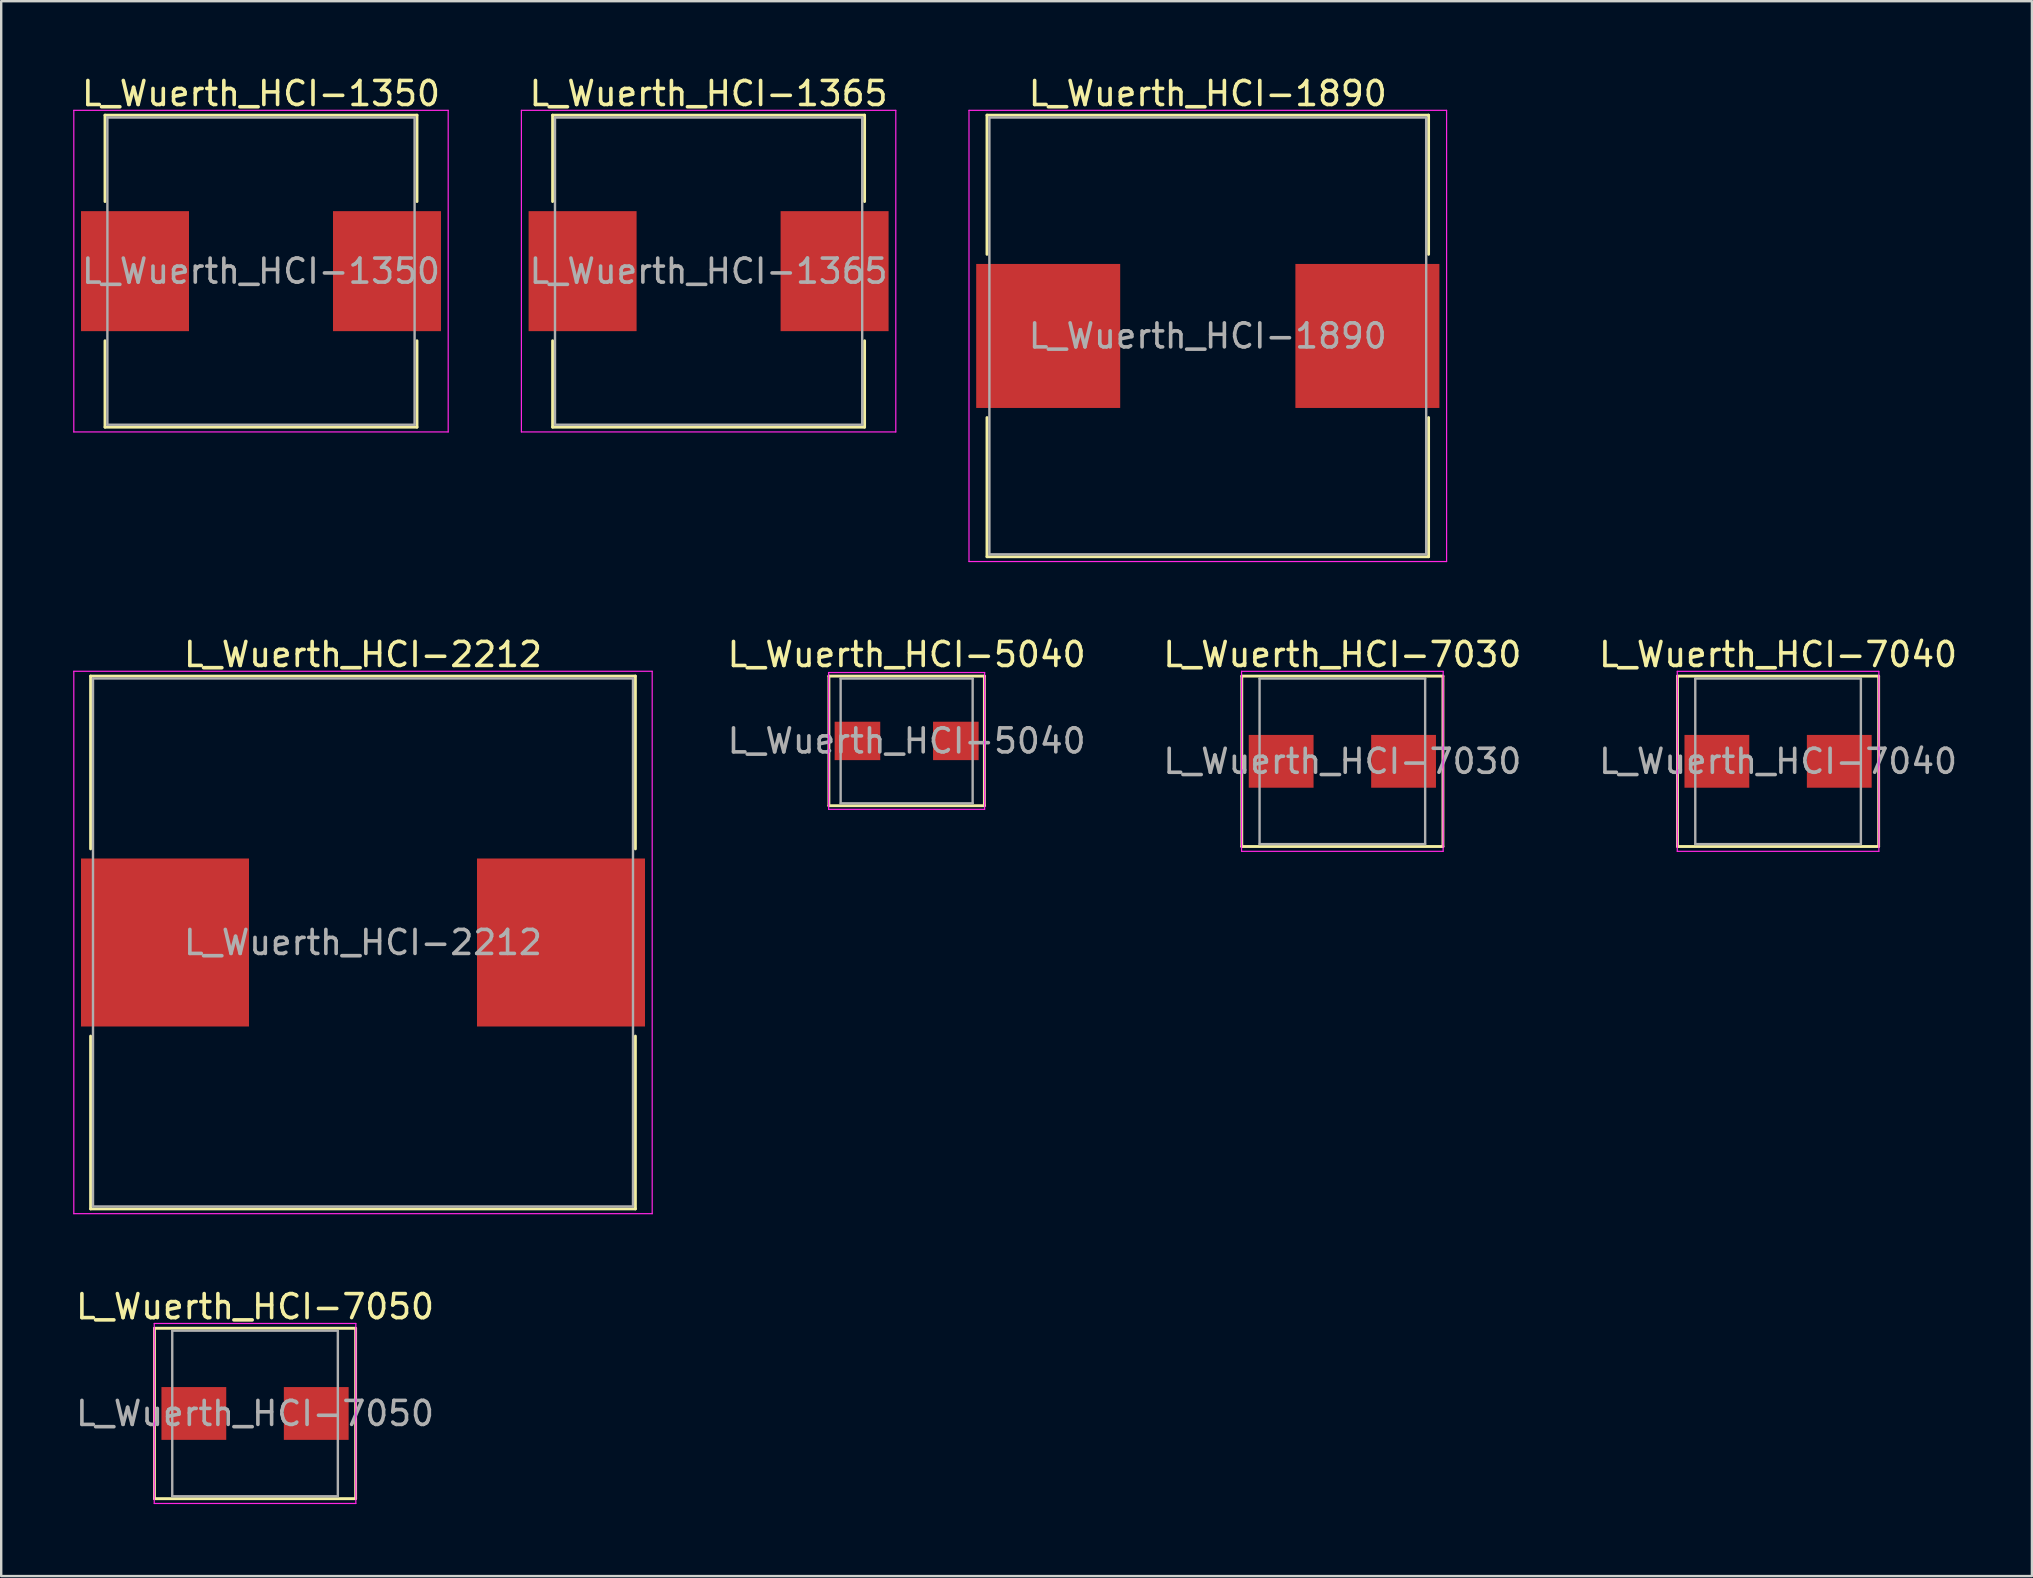
<source format=kicad_pcb>
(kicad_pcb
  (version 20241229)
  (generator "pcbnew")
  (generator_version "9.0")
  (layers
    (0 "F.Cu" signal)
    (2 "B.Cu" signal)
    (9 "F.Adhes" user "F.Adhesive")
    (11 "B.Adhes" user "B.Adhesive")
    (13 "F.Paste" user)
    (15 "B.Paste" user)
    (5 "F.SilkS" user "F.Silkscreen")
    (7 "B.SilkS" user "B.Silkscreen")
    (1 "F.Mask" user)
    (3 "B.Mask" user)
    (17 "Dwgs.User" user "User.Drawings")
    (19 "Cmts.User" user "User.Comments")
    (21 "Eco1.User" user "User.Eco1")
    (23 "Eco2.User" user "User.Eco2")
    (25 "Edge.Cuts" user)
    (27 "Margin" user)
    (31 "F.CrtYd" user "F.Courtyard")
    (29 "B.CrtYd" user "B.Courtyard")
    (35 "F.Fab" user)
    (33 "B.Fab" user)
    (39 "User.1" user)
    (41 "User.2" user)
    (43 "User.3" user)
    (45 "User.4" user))
  (footprint "L_Wuerth_HCI-1365"
    (layer "F.Cu")
    (at 26.475 8.248)
    (property "Reference" "L_Wuerth_HCI-1365" (at 0 -7.4 0) (layer "F.SilkS") (effects (font (size 1 1) (thickness 0.15))))
    (attr smd)
    (fp_line (start -6.5 -6.5) (end 6.5 -6.5) (stroke (width 0.12) (type solid)) (layer "F.SilkS"))
    (fp_line (start -6.5 -2.9) (end -6.5 -6.5) (stroke (width 0.12) (type solid)) (layer "F.SilkS"))
    (fp_line (start -6.5 2.9) (end -6.5 6.5) (stroke (width 0.12) (type solid)) (layer "F.SilkS"))
    (fp_line (start -6.5 6.5) (end 6.5 6.5) (stroke (width 0.12) (type solid)) (layer "F.SilkS"))
    (fp_line (start 6.5 -6.5) (end 6.5 -2.9) (stroke (width 0.12) (type solid)) (layer "F.SilkS"))
    (fp_line (start 6.5 6.5) (end 6.5 2.9) (stroke (width 0.12) (type solid)) (layer "F.SilkS"))
    (fp_line (start -7.8 -6.7) (end -7.8 6.7) (stroke (width 0.05) (type solid)) (layer "F.CrtYd"))
    (fp_line (start -7.8 6.7) (end 7.8 6.7) (stroke (width 0.05) (type solid)) (layer "F.CrtYd"))
    (fp_line (start 7.8 -6.7) (end -7.8 -6.7) (stroke (width 0.05) (type solid)) (layer "F.CrtYd"))
    (fp_line (start 7.8 6.7) (end 7.8 -6.7) (stroke (width 0.05) (type solid)) (layer "F.CrtYd"))
    (fp_line (start -6.4 -6.4) (end -6.4 6.4) (stroke (width 0.1) (type solid)) (layer "F.Fab"))
    (fp_line (start -6.4 6.4) (end 6.4 6.4) (stroke (width 0.1) (type solid)) (layer "F.Fab"))
    (fp_line (start 6.4 -6.4) (end -6.4 -6.4) (stroke (width 0.1) (type solid)) (layer "F.Fab"))
    (fp_line (start 6.4 6.4) (end 6.4 -6.4) (stroke (width 0.1) (type solid)) (layer "F.Fab"))
    (fp_text user "${REFERENCE}" (at 0 0 0) (layer "F.Fab") (effects (font (size 1 1) (thickness 0.15))))
    (pad "1" smd rect (at -5.25 0) (size 4.5 5) (layers "F.Cu" "F.Mask" "F.Paste"))
    (pad "2" smd rect (at 5.25 0) (size 4.5 5) (layers "F.Cu" "F.Mask" "F.Paste")))
  (footprint "L_Wuerth_HCI-5040"
    (layer "F.Cu")
    (at 34.727 27.822)
    (property "Reference" "L_Wuerth_HCI-5040" (at 0 -3.6 0) (layer "F.SilkS") (effects (font (size 1 1) (thickness 0.15))))
    (attr smd)
    (fp_line (start -3.239 -2.7) (end -3.239 2.7) (stroke (width 0.12) (type solid)) (layer "F.SilkS"))
    (fp_line (start -3.239 -2.7) (end 3.239 -2.7) (stroke (width 0.12) (type solid)) (layer "F.SilkS"))
    (fp_line (start -3.239 2.7) (end 3.239 2.7) (stroke (width 0.12) (type solid)) (layer "F.SilkS"))
    (fp_line (start 3.239 2.7) (end 3.239 -2.7) (stroke (width 0.12) (type solid)) (layer "F.SilkS"))
    (fp_line (start -3.25 -2.85) (end -3.25 2.85) (stroke (width 0.05) (type solid)) (layer "F.CrtYd"))
    (fp_line (start -3.25 2.85) (end 3.25 2.85) (stroke (width 0.05) (type solid)) (layer "F.CrtYd"))
    (fp_line (start 3.25 -2.85) (end -3.25 -2.85) (stroke (width 0.05) (type solid)) (layer "F.CrtYd"))
    (fp_line (start 3.25 2.85) (end 3.25 -2.85) (stroke (width 0.05) (type solid)) (layer "F.CrtYd"))
    (fp_line (start -2.75 -2.6) (end -2.75 2.6) (stroke (width 0.1) (type solid)) (layer "F.Fab"))
    (fp_line (start -2.75 2.6) (end 2.75 2.6) (stroke (width 0.1) (type solid)) (layer "F.Fab"))
    (fp_line (start 2.75 -2.6) (end -2.75 -2.6) (stroke (width 0.1) (type solid)) (layer "F.Fab"))
    (fp_line (start 2.75 2.6) (end 2.75 -2.6) (stroke (width 0.1) (type solid)) (layer "F.Fab"))
    (fp_text user "${REFERENCE}" (at 0 0 0) (layer "F.Fab") (effects (font (size 1 1) (thickness 0.15))))
    (pad "1" smd rect (at -2.05 0) (size 1.9 1.6) (layers "F.Cu" "F.Mask" "F.Paste"))
    (pad "2" smd rect (at 2.05 0) (size 1.9 1.6) (layers "F.Cu" "F.Mask" "F.Paste")))
  (footprint "L_Wuerth_HCI-2212"
    (layer "F.Cu")
    (at 12.075 36.221)
    (property "Reference" "L_Wuerth_HCI-2212" (at 0 -12 0) (layer "F.SilkS") (effects (font (size 1 1) (thickness 0.15))))
    (attr smd)
    (fp_line (start -11.35 -11.1) (end 11.35 -11.1) (stroke (width 0.12) (type solid)) (layer "F.SilkS"))
    (fp_line (start -11.35 -3.9) (end -11.35 -11.1) (stroke (width 0.12) (type solid)) (layer "F.SilkS"))
    (fp_line (start -11.35 3.9) (end -11.35 11.1) (stroke (width 0.12) (type solid)) (layer "F.SilkS"))
    (fp_line (start -11.35 11.1) (end 11.35 11.1) (stroke (width 0.12) (type solid)) (layer "F.SilkS"))
    (fp_line (start 11.35 -11.1) (end 11.35 -3.9) (stroke (width 0.12) (type solid)) (layer "F.SilkS"))
    (fp_line (start 11.35 11.1) (end 11.35 3.9) (stroke (width 0.12) (type solid)) (layer "F.SilkS"))
    (fp_line (start -12.05 -11.3) (end -12.05 11.3) (stroke (width 0.05) (type solid)) (layer "F.CrtYd"))
    (fp_line (start -12.05 11.3) (end 12.05 11.3) (stroke (width 0.05) (type solid)) (layer "F.CrtYd"))
    (fp_line (start 12.05 -11.3) (end -12.05 -11.3) (stroke (width 0.05) (type solid)) (layer "F.CrtYd"))
    (fp_line (start 12.05 11.3) (end 12.05 -11.3) (stroke (width 0.05) (type solid)) (layer "F.CrtYd"))
    (fp_line (start -11.25 -11) (end -11.25 11) (stroke (width 0.1) (type solid)) (layer "F.Fab"))
    (fp_line (start -11.25 11) (end 11.25 11) (stroke (width 0.1) (type solid)) (layer "F.Fab"))
    (fp_line (start 11.25 -11) (end -11.25 -11) (stroke (width 0.1) (type solid)) (layer "F.Fab"))
    (fp_line (start 11.25 11) (end 11.25 -11) (stroke (width 0.1) (type solid)) (layer "F.Fab"))
    (fp_text user "${REFERENCE}" (at 0 0 0) (layer "F.Fab") (effects (font (size 1 1) (thickness 0.15))))
    (pad "1" smd rect (at -8.25 0) (size 7 7) (layers "F.Cu" "F.Mask" "F.Paste"))
    (pad "2" smd rect (at 8.25 0) (size 7 7) (layers "F.Cu" "F.Mask" "F.Paste")))
  (footprint "L_Wuerth_HCI-1890"
    (layer "F.Cu")
    (at 47.275 10.948)
    (property "Reference" "L_Wuerth_HCI-1890" (at 0 -10.1 0) (layer "F.SilkS") (effects (font (size 1 1) (thickness 0.15))))
    (attr smd)
    (fp_line (start -9.2 -9.2) (end 9.2 -9.2) (stroke (width 0.12) (type solid)) (layer "F.SilkS"))
    (fp_line (start -9.2 -3.4) (end -9.2 -9.2) (stroke (width 0.12) (type solid)) (layer "F.SilkS"))
    (fp_line (start -9.2 3.4) (end -9.2 9.2) (stroke (width 0.12) (type solid)) (layer "F.SilkS"))
    (fp_line (start -9.2 9.2) (end 9.2 9.2) (stroke (width 0.12) (type solid)) (layer "F.SilkS"))
    (fp_line (start 9.2 -9.2) (end 9.2 -3.4) (stroke (width 0.12) (type solid)) (layer "F.SilkS"))
    (fp_line (start 9.2 9.2) (end 9.2 3.4) (stroke (width 0.12) (type solid)) (layer "F.SilkS"))
    (fp_line (start -9.95 -9.4) (end -9.95 9.4) (stroke (width 0.05) (type solid)) (layer "F.CrtYd"))
    (fp_line (start -9.95 9.4) (end 9.95 9.4) (stroke (width 0.05) (type solid)) (layer "F.CrtYd"))
    (fp_line (start 9.95 -9.4) (end -9.95 -9.4) (stroke (width 0.05) (type solid)) (layer "F.CrtYd"))
    (fp_line (start 9.95 9.4) (end 9.95 -9.4) (stroke (width 0.05) (type solid)) (layer "F.CrtYd"))
    (fp_line (start -9.1 -9.1) (end -9.1 9.1) (stroke (width 0.1) (type solid)) (layer "F.Fab"))
    (fp_line (start -9.1 9.1) (end 9.1 9.1) (stroke (width 0.1) (type solid)) (layer "F.Fab"))
    (fp_line (start 9.1 -9.1) (end -9.1 -9.1) (stroke (width 0.1) (type solid)) (layer "F.Fab"))
    (fp_line (start 9.1 9.1) (end 9.1 -9.1) (stroke (width 0.1) (type solid)) (layer "F.Fab"))
    (fp_text user "${REFERENCE}" (at 0 0 0) (layer "F.Fab") (effects (font (size 1 1) (thickness 0.15))))
    (pad "1" smd rect (at -6.65 0) (size 6 6) (layers "F.Cu" "F.Mask" "F.Paste"))
    (pad "2" smd rect (at 6.65 0) (size 6 6) (layers "F.Cu" "F.Mask" "F.Paste")))
  (footprint "L_Wuerth_HCI-7040"
    (layer "F.Cu")
    (at 71.037 28.672)
    (property "Reference" "L_Wuerth_HCI-7040" (at 0 -4.45 0) (layer "F.SilkS") (effects (font (size 1 1) (thickness 0.15))))
    (attr smd)
    (fp_line (start -4.191 -3.55) (end -4.191 3.55) (stroke (width 0.12) (type solid)) (layer "F.SilkS"))
    (fp_line (start -4.191 -3.55) (end 4.191 -3.55) (stroke (width 0.12) (type solid)) (layer "F.SilkS"))
    (fp_line (start -4.191 3.55) (end 4.191 3.55) (stroke (width 0.12) (type solid)) (layer "F.SilkS"))
    (fp_line (start 4.191 3.55) (end 4.191 -3.55) (stroke (width 0.12) (type solid)) (layer "F.SilkS"))
    (fp_line (start -4.2 -3.75) (end -4.2 3.75) (stroke (width 0.05) (type solid)) (layer "F.CrtYd"))
    (fp_line (start -4.2 3.75) (end 4.2 3.75) (stroke (width 0.05) (type solid)) (layer "F.CrtYd"))
    (fp_line (start 4.2 -3.75) (end -4.2 -3.75) (stroke (width 0.05) (type solid)) (layer "F.CrtYd"))
    (fp_line (start 4.2 3.75) (end 4.2 -3.75) (stroke (width 0.05) (type solid)) (layer "F.CrtYd"))
    (fp_line (start -3.45 -3.45) (end -3.45 3.45) (stroke (width 0.1) (type solid)) (layer "F.Fab"))
    (fp_line (start -3.45 3.45) (end 3.45 3.45) (stroke (width 0.1) (type solid)) (layer "F.Fab"))
    (fp_line (start 3.45 -3.45) (end -3.45 -3.45) (stroke (width 0.1) (type solid)) (layer "F.Fab"))
    (fp_line (start 3.45 3.45) (end 3.45 -3.45) (stroke (width 0.1) (type solid)) (layer "F.Fab"))
    (fp_text user "${REFERENCE}" (at 0 0 0) (layer "F.Fab") (effects (font (size 1 1) (thickness 0.15))))
    (pad "1" smd rect (at -2.55 0) (size 2.7 2.2) (layers "F.Cu" "F.Mask" "F.Paste"))
    (pad "2" smd rect (at 2.55 0) (size 2.7 2.2) (layers "F.Cu" "F.Mask" "F.Paste")))
  (footprint "L_Wuerth_HCI-7030"
    (layer "F.Cu")
    (at 52.882 28.672)
    (property "Reference" "L_Wuerth_HCI-7030" (at 0 -4.45 0) (layer "F.SilkS") (effects (font (size 1 1) (thickness 0.15))))
    (attr smd)
    (fp_line (start -4.191 -3.55) (end -4.191 3.55) (stroke (width 0.12) (type solid)) (layer "F.SilkS"))
    (fp_line (start -4.191 -3.55) (end 4.191 -3.55) (stroke (width 0.12) (type solid)) (layer "F.SilkS"))
    (fp_line (start -4.191 3.55) (end 4.191 3.55) (stroke (width 0.12) (type solid)) (layer "F.SilkS"))
    (fp_line (start 4.191 3.55) (end 4.191 -3.55) (stroke (width 0.12) (type solid)) (layer "F.SilkS"))
    (fp_line (start -4.2 -3.75) (end -4.2 3.75) (stroke (width 0.05) (type solid)) (layer "F.CrtYd"))
    (fp_line (start -4.2 3.75) (end 4.2 3.75) (stroke (width 0.05) (type solid)) (layer "F.CrtYd"))
    (fp_line (start 4.2 -3.75) (end -4.2 -3.75) (stroke (width 0.05) (type solid)) (layer "F.CrtYd"))
    (fp_line (start 4.2 3.75) (end 4.2 -3.75) (stroke (width 0.05) (type solid)) (layer "F.CrtYd"))
    (fp_line (start -3.45 -3.45) (end -3.45 3.45) (stroke (width 0.1) (type solid)) (layer "F.Fab"))
    (fp_line (start -3.45 3.45) (end 3.45 3.45) (stroke (width 0.1) (type solid)) (layer "F.Fab"))
    (fp_line (start 3.45 -3.45) (end -3.45 -3.45) (stroke (width 0.1) (type solid)) (layer "F.Fab"))
    (fp_line (start 3.45 3.45) (end 3.45 -3.45) (stroke (width 0.1) (type solid)) (layer "F.Fab"))
    (fp_text user "${REFERENCE}" (at 0 0 0) (layer "F.Fab") (effects (font (size 1 1) (thickness 0.15))))
    (pad "1" smd rect (at -2.55 0) (size 2.7 2.2) (layers "F.Cu" "F.Mask" "F.Paste"))
    (pad "2" smd rect (at 2.55 0) (size 2.7 2.2) (layers "F.Cu" "F.Mask" "F.Paste")))
  (footprint "L_Wuerth_HCI-7050"
    (layer "F.Cu")
    (at 7.577 55.845)
    (property "Reference" "L_Wuerth_HCI-7050" (at 0 -4.45 0) (layer "F.SilkS") (effects (font (size 1 1) (thickness 0.15))))
    (attr smd)
    (fp_line (start -4.191 -3.55) (end -4.191 3.55) (stroke (width 0.12) (type solid)) (layer "F.SilkS"))
    (fp_line (start -4.191 -3.55) (end 4.191 -3.55) (stroke (width 0.12) (type solid)) (layer "F.SilkS"))
    (fp_line (start -4.191 3.55) (end 4.191 3.55) (stroke (width 0.12) (type solid)) (layer "F.SilkS"))
    (fp_line (start 4.191 3.55) (end 4.191 -3.55) (stroke (width 0.12) (type solid)) (layer "F.SilkS"))
    (fp_line (start -4.2 -3.75) (end -4.2 3.75) (stroke (width 0.05) (type solid)) (layer "F.CrtYd"))
    (fp_line (start -4.2 3.75) (end 4.2 3.75) (stroke (width 0.05) (type solid)) (layer "F.CrtYd"))
    (fp_line (start 4.2 -3.75) (end -4.2 -3.75) (stroke (width 0.05) (type solid)) (layer "F.CrtYd"))
    (fp_line (start 4.2 3.75) (end 4.2 -3.75) (stroke (width 0.05) (type solid)) (layer "F.CrtYd"))
    (fp_line (start -3.45 -3.45) (end -3.45 3.45) (stroke (width 0.1) (type solid)) (layer "F.Fab"))
    (fp_line (start -3.45 3.45) (end 3.45 3.45) (stroke (width 0.1) (type solid)) (layer "F.Fab"))
    (fp_line (start 3.45 -3.45) (end -3.45 -3.45) (stroke (width 0.1) (type solid)) (layer "F.Fab"))
    (fp_line (start 3.45 3.45) (end 3.45 -3.45) (stroke (width 0.1) (type solid)) (layer "F.Fab"))
    (fp_text user "${REFERENCE}" (at 0 0 0) (layer "F.Fab") (effects (font (size 1 1) (thickness 0.15))))
    (pad "1" smd rect (at -2.55 0) (size 2.7 2.2) (layers "F.Cu" "F.Mask" "F.Paste"))
    (pad "2" smd rect (at 2.55 0) (size 2.7 2.2) (layers "F.Cu" "F.Mask" "F.Paste")))
  (footprint "L_Wuerth_HCI-1350"
    (layer "F.Cu")
    (at 7.825 8.248)
    (property "Reference" "L_Wuerth_HCI-1350" (at 0 -7.4 0) (layer "F.SilkS") (effects (font (size 1 1) (thickness 0.15))))
    (attr smd)
    (fp_line (start -6.5 -6.5) (end 6.5 -6.5) (stroke (width 0.12) (type solid)) (layer "F.SilkS"))
    (fp_line (start -6.5 -2.9) (end -6.5 -6.5) (stroke (width 0.12) (type solid)) (layer "F.SilkS"))
    (fp_line (start -6.5 2.9) (end -6.5 6.5) (stroke (width 0.12) (type solid)) (layer "F.SilkS"))
    (fp_line (start -6.5 6.5) (end 6.5 6.5) (stroke (width 0.12) (type solid)) (layer "F.SilkS"))
    (fp_line (start 6.5 -6.5) (end 6.5 -2.9) (stroke (width 0.12) (type solid)) (layer "F.SilkS"))
    (fp_line (start 6.5 6.5) (end 6.5 2.9) (stroke (width 0.12) (type solid)) (layer "F.SilkS"))
    (fp_line (start -7.8 -6.7) (end -7.8 6.7) (stroke (width 0.05) (type solid)) (layer "F.CrtYd"))
    (fp_line (start -7.8 6.7) (end 7.8 6.7) (stroke (width 0.05) (type solid)) (layer "F.CrtYd"))
    (fp_line (start 7.8 -6.7) (end -7.8 -6.7) (stroke (width 0.05) (type solid)) (layer "F.CrtYd"))
    (fp_line (start 7.8 6.7) (end 7.8 -6.7) (stroke (width 0.05) (type solid)) (layer "F.CrtYd"))
    (fp_line (start -6.4 -6.4) (end -6.4 6.4) (stroke (width 0.1) (type solid)) (layer "F.Fab"))
    (fp_line (start -6.4 6.4) (end 6.4 6.4) (stroke (width 0.1) (type solid)) (layer "F.Fab"))
    (fp_line (start 6.4 -6.4) (end -6.4 -6.4) (stroke (width 0.1) (type solid)) (layer "F.Fab"))
    (fp_line (start 6.4 6.4) (end 6.4 -6.4) (stroke (width 0.1) (type solid)) (layer "F.Fab"))
    (fp_text user "${REFERENCE}" (at 0 0 0) (layer "F.Fab") (effects (font (size 1 1) (thickness 0.15))))
    (pad "1" smd rect (at -5.25 0) (size 4.5 5) (layers "F.Cu" "F.Mask" "F.Paste"))
    (pad "2" smd rect (at 5.25 0) (size 4.5 5) (layers "F.Cu" "F.Mask" "F.Paste")))
  (gr_rect
    (start -3 -3)
    (end 81.614 62.62)
    (stroke (width 0.1) (type default))
    (fill no)
    (layer "Edge.Cuts")))
</source>
